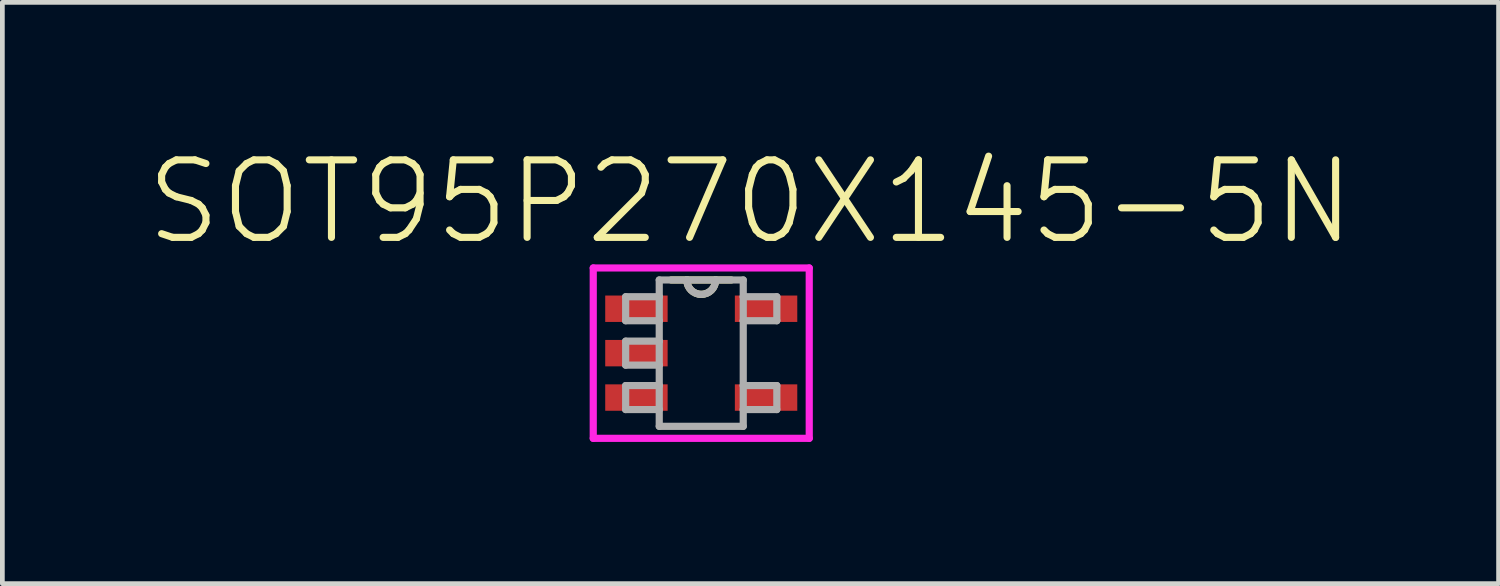
<source format=kicad_pcb>
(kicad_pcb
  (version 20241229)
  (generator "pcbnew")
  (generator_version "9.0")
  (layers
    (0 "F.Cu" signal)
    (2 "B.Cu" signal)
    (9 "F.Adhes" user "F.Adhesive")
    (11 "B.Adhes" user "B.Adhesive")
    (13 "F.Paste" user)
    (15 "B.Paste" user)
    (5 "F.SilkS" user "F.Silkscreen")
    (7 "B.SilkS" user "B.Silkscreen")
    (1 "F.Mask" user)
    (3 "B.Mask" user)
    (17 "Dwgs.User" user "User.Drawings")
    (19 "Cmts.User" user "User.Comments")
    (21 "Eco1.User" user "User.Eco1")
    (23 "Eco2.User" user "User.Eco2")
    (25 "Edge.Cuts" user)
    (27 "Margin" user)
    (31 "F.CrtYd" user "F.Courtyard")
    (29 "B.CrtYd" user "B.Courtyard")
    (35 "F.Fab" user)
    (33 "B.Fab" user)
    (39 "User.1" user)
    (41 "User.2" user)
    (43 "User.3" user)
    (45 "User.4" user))
  (footprint "SOT95P270X145-5N"
    (layer "F.Cu")
    (at 11.793 4.425)
    (property "Reference" "SOT95P270X145-5N" (at 1.042 -3.202 0) (layer "F.SilkS") (effects (font (size 1.641 1.641) (thickness 0.15))))
    (attr smd)
    (fp_line (start -0.305 -1.549) (end -0.635 -1.549) (stroke (width 0.152) (type solid)) (layer "F.SilkS"))
    (fp_line (start 0.305 -1.549) (end -0.305 -1.549) (stroke (width 0.152) (type solid)) (layer "F.SilkS"))
    (fp_line (start 0.635 -1.549) (end 0.305 -1.549) (stroke (width 0.152) (type solid)) (layer "F.SilkS"))
    (fp_arc (start 0.3048 -1.5494) (mid 0 -1.2446) (end -0.3048 -1.5494) (stroke (width 0.1524) (type solid)) (layer "F.SilkS"))
    (fp_line (start -2.286 -1.803) (end 2.286 -1.803) (stroke (width 0.152) (type solid)) (layer "F.CrtYd"))
    (fp_line (start -2.286 1.803) (end -2.286 -1.803) (stroke (width 0.152) (type solid)) (layer "F.CrtYd"))
    (fp_line (start 2.286 -1.803) (end 2.286 1.803) (stroke (width 0.152) (type solid)) (layer "F.CrtYd"))
    (fp_line (start 2.286 1.803) (end -2.286 1.803) (stroke (width 0.152) (type solid)) (layer "F.CrtYd"))
    (fp_line (start -1.6 -1.194) (end -1.6 -0.686) (stroke (width 0.152) (type solid)) (layer "F.Fab"))
    (fp_line (start -1.6 -0.686) (end -0.889 -0.686) (stroke (width 0.152) (type solid)) (layer "F.Fab"))
    (fp_line (start -1.6 -0.254) (end -1.6 0.254) (stroke (width 0.152) (type solid)) (layer "F.Fab"))
    (fp_line (start -1.6 0.254) (end -0.889 0.254) (stroke (width 0.152) (type solid)) (layer "F.Fab"))
    (fp_line (start -1.6 0.686) (end -1.6 1.194) (stroke (width 0.152) (type solid)) (layer "F.Fab"))
    (fp_line (start -1.6 1.194) (end -0.889 1.194) (stroke (width 0.152) (type solid)) (layer "F.Fab"))
    (fp_line (start -0.889 -1.549) (end -0.889 -1.194) (stroke (width 0.152) (type solid)) (layer "F.Fab"))
    (fp_line (start -0.889 -1.194) (end -1.6 -1.194) (stroke (width 0.152) (type solid)) (layer "F.Fab"))
    (fp_line (start -0.889 -1.194) (end -0.889 -0.686) (stroke (width 0.152) (type solid)) (layer "F.Fab"))
    (fp_line (start -0.889 -0.686) (end -0.889 -0.254) (stroke (width 0.152) (type solid)) (layer "F.Fab"))
    (fp_line (start -0.889 -0.254) (end -1.6 -0.254) (stroke (width 0.152) (type solid)) (layer "F.Fab"))
    (fp_line (start -0.889 -0.254) (end -0.889 0.254) (stroke (width 0.152) (type solid)) (layer "F.Fab"))
    (fp_line (start -0.889 0.254) (end -0.889 0.686) (stroke (width 0.152) (type solid)) (layer "F.Fab"))
    (fp_line (start -0.889 0.686) (end -1.6 0.686) (stroke (width 0.152) (type solid)) (layer "F.Fab"))
    (fp_line (start -0.889 1.194) (end -0.889 0.686) (stroke (width 0.152) (type solid)) (layer "F.Fab"))
    (fp_line (start -0.889 1.549) (end -0.889 1.194) (stroke (width 0.152) (type solid)) (layer "F.Fab"))
    (fp_line (start -0.889 1.549) (end 0.889 1.549) (stroke (width 0.152) (type solid)) (layer "F.Fab"))
    (fp_line (start -0.305 -1.549) (end -0.889 -1.549) (stroke (width 0.152) (type solid)) (layer "F.Fab"))
    (fp_line (start 0.305 -1.549) (end -0.305 -1.549) (stroke (width 0.152) (type solid)) (layer "F.Fab"))
    (fp_line (start 0.889 -1.549) (end 0.305 -1.549) (stroke (width 0.152) (type solid)) (layer "F.Fab"))
    (fp_line (start 0.889 -1.549) (end 0.889 -1.194) (stroke (width 0.152) (type solid)) (layer "F.Fab"))
    (fp_line (start 0.889 -1.194) (end 0.889 -0.686) (stroke (width 0.152) (type solid)) (layer "F.Fab"))
    (fp_line (start 0.889 -0.686) (end 1.6 -0.686) (stroke (width 0.152) (type solid)) (layer "F.Fab"))
    (fp_line (start 0.889 0.686) (end 0.889 -0.686) (stroke (width 0.152) (type solid)) (layer "F.Fab"))
    (fp_line (start 0.889 1.194) (end 0.889 0.686) (stroke (width 0.152) (type solid)) (layer "F.Fab"))
    (fp_line (start 0.889 1.194) (end 1.6 1.194) (stroke (width 0.152) (type solid)) (layer "F.Fab"))
    (fp_line (start 0.889 1.549) (end 0.889 1.194) (stroke (width 0.152) (type solid)) (layer "F.Fab"))
    (fp_line (start 1.6 -1.194) (end 0.889 -1.194) (stroke (width 0.152) (type solid)) (layer "F.Fab"))
    (fp_line (start 1.6 -0.686) (end 1.6 -1.194) (stroke (width 0.152) (type solid)) (layer "F.Fab"))
    (fp_line (start 1.6 0.686) (end 0.889 0.686) (stroke (width 0.152) (type solid)) (layer "F.Fab"))
    (fp_line (start 1.6 1.194) (end 1.6 0.686) (stroke (width 0.152) (type solid)) (layer "F.Fab"))
    (fp_arc (start 0.3048 -1.5494) (mid 0 -1.2446) (end -0.3048 -1.5494) (stroke (width 0.1524) (type solid)) (layer "F.Fab"))
    (pad "1" smd rect (at -1.372 -0.94) (size 1.321 0.559) (layers "F.Cu" "F.Mask" "F.Paste"))
    (pad "2" smd rect (at -1.372 0) (size 1.321 0.559) (layers "F.Cu" "F.Mask" "F.Paste"))
    (pad "3" smd rect (at -1.372 0.94) (size 1.321 0.559) (layers "F.Cu" "F.Mask" "F.Paste"))
    (pad "4" smd rect (at 1.372 0.94) (size 1.321 0.559) (layers "F.Cu" "F.Mask" "F.Paste"))
    (pad "5" smd rect (at 1.372 -0.94) (size 1.321 0.559) (layers "F.Cu" "F.Mask" "F.Paste")))
  (gr_rect
    (start -3 -3)
    (end 28.67 9.304)
    (stroke (width 0.1) (type default))
    (fill no)
    (layer "Edge.Cuts")))
</source>
